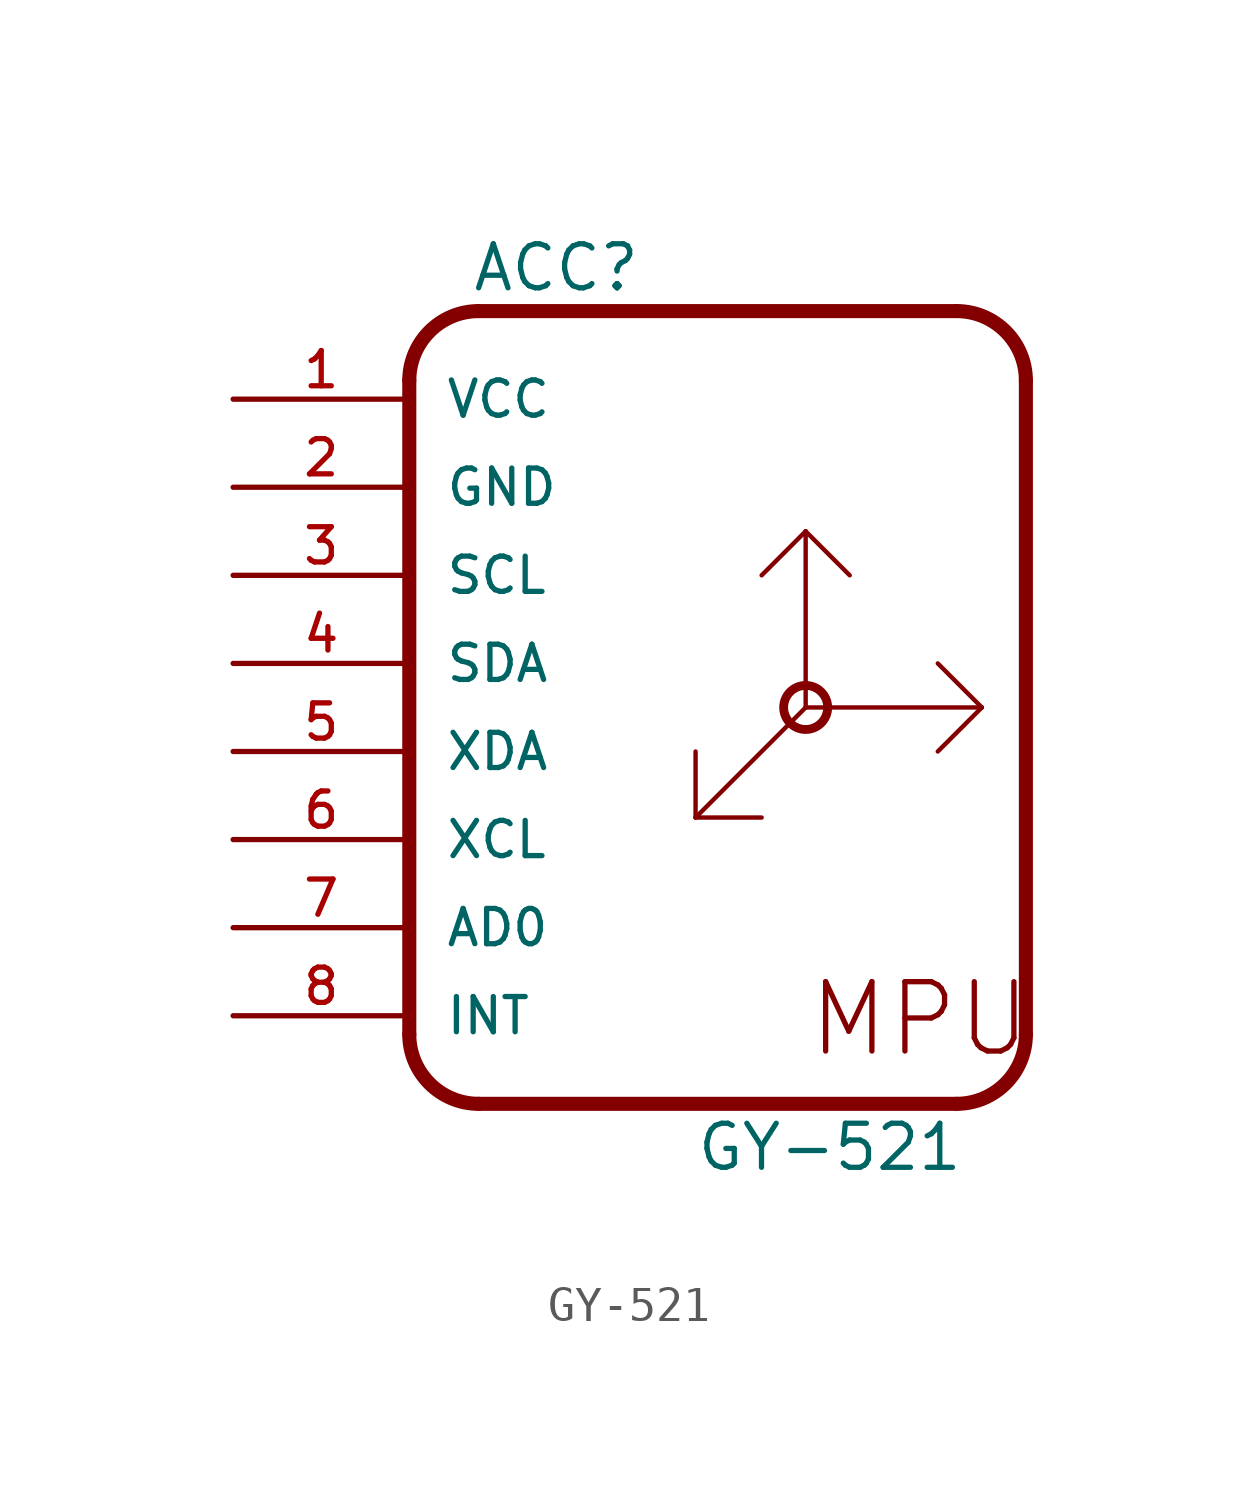
<source format=kicad_sym>
(kicad_symbol_lib
  (version 20231120)
  (generator "kicad_symbol_editor")
  (generator_version "8.0")
  (symbol "GY-521"
    (pin_names
      (offset 1.016))
    (property "Reference" "ACC"
      (at -9.652 11.938 0)
      (effects (font (size 1.27 1.27)) (justify left bottom)))
    (property "Value" "GY-521"
      (at 4.572 -11.938 0)
      (effects (font (size 1.27 1.27)) (justify right top)))
    (symbol "GY-521_0_0"
      (arc (start -11.43 -9.43) (mid -10.8442 -10.8442) (end -9.43 -11.43) (stroke (width 0.4064) (type default)) (fill (type none)))
      (arc (start -9.43 11.43) (mid -10.8442 10.8442) (end -11.43 9.43) (stroke (width 0.4064) (type default)) (fill (type none)))
      (polyline (pts (xy -11.43 -9.43) (xy -11.43 9.43)) (stroke (width 0.406) (type default)) (fill (type none)))
      (polyline (pts (xy -9.43 11.43) (xy 4.35 11.43)) (stroke (width 0.406) (type default)) (fill (type none)))
      (polyline (pts (xy -3.175 -3.175) (xy -3.175 -1.27)) (stroke (width 0.127) (type default)) (fill (type none)))
      (polyline (pts (xy -3.175 -3.175) (xy -1.27 -3.175)) (stroke (width 0.127) (type default)) (fill (type none)))
      (polyline (pts (xy 0 0) (xy -3.175 -3.175)) (stroke (width 0.127) (type default)) (fill (type none)))
      (polyline (pts (xy 0 0) (xy 0 5.08)) (stroke (width 0.127) (type default)) (fill (type none)))
      (polyline (pts (xy 0 0) (xy 5.08 0)) (stroke (width 0.127) (type default)) (fill (type none)))
      (polyline (pts (xy 0 5.08) (xy -1.27 3.81)) (stroke (width 0.127) (type default)) (fill (type none)))
      (polyline (pts (xy 1.27 3.81) (xy 0 5.08)) (stroke (width 0.127) (type default)) (fill (type none)))
      (polyline (pts (xy 3.81 1.27) (xy 5.08 0)) (stroke (width 0.127) (type default)) (fill (type none)))
      (polyline (pts (xy 4.35 -11.43) (xy -9.43 -11.43)) (stroke (width 0.406) (type default)) (fill (type none)))
      (polyline (pts (xy 5.08 0) (xy 3.81 -1.27)) (stroke (width 0.127) (type default)) (fill (type none)))
      (polyline (pts (xy 6.35 9.43) (xy 6.35 -9.43)) (stroke (width 0.406) (type default)) (fill (type none)))
      (circle (center 0 0) (radius 0.635) (stroke (width 0.254) (type default)) (fill (type none)))
      (arc (start 4.35 -11.43) (mid 5.7642 -10.8442) (end 6.35 -9.43) (stroke (width 0.4064) (type default)) (fill (type none)))
      (arc (start 6.35 9.43) (mid 5.7642 10.8442) (end 4.35 11.43) (stroke (width 0.4064) (type default)) (fill (type none)))
      (text "MPU" (at 0 -10.16 0) (effects (font (size 2 2)) (justify left bottom))))
    (symbol "GY-521_1_0"
      (pin bidirectional line (at -16.51 8.89 0) (length 5.08) (name "VCC" (effects (font (size 1.016 1.016)))) (number "1" (effects (font (size 1.016 1.016)))))
      (pin bidirectional line (at -16.51 6.35 0) (length 5.08) (name "GND" (effects (font (size 1.016 1.016)))) (number "2" (effects (font (size 1.016 1.016)))))
      (pin bidirectional line (at -16.51 3.81 0) (length 5.08) (name "SCL" (effects (font (size 1.016 1.016)))) (number "3" (effects (font (size 1.016 1.016)))))
      (pin bidirectional line (at -16.51 1.27 0) (length 5.08) (name "SDA" (effects (font (size 1.016 1.016)))) (number "4" (effects (font (size 1.016 1.016)))))
      (pin bidirectional line (at -16.51 -1.27 0) (length 5.08) (name "XDA" (effects (font (size 1.016 1.016)))) (number "5" (effects (font (size 1.016 1.016)))))
      (pin bidirectional line (at -16.51 -3.81 0) (length 5.08) (name "XCL" (effects (font (size 1.016 1.016)))) (number "6" (effects (font (size 1.016 1.016)))))
      (pin bidirectional line (at -16.51 -6.35 0) (length 5.08) (name "AD0" (effects (font (size 1.016 1.016)))) (number "7" (effects (font (size 1.016 1.016)))))
      (pin bidirectional line (at -16.51 -8.89 0) (length 5.08) (name "INT" (effects (font (size 1.016 1.016)))) (number "8" (effects (font (size 1.016 1.016))))))))
</source>
